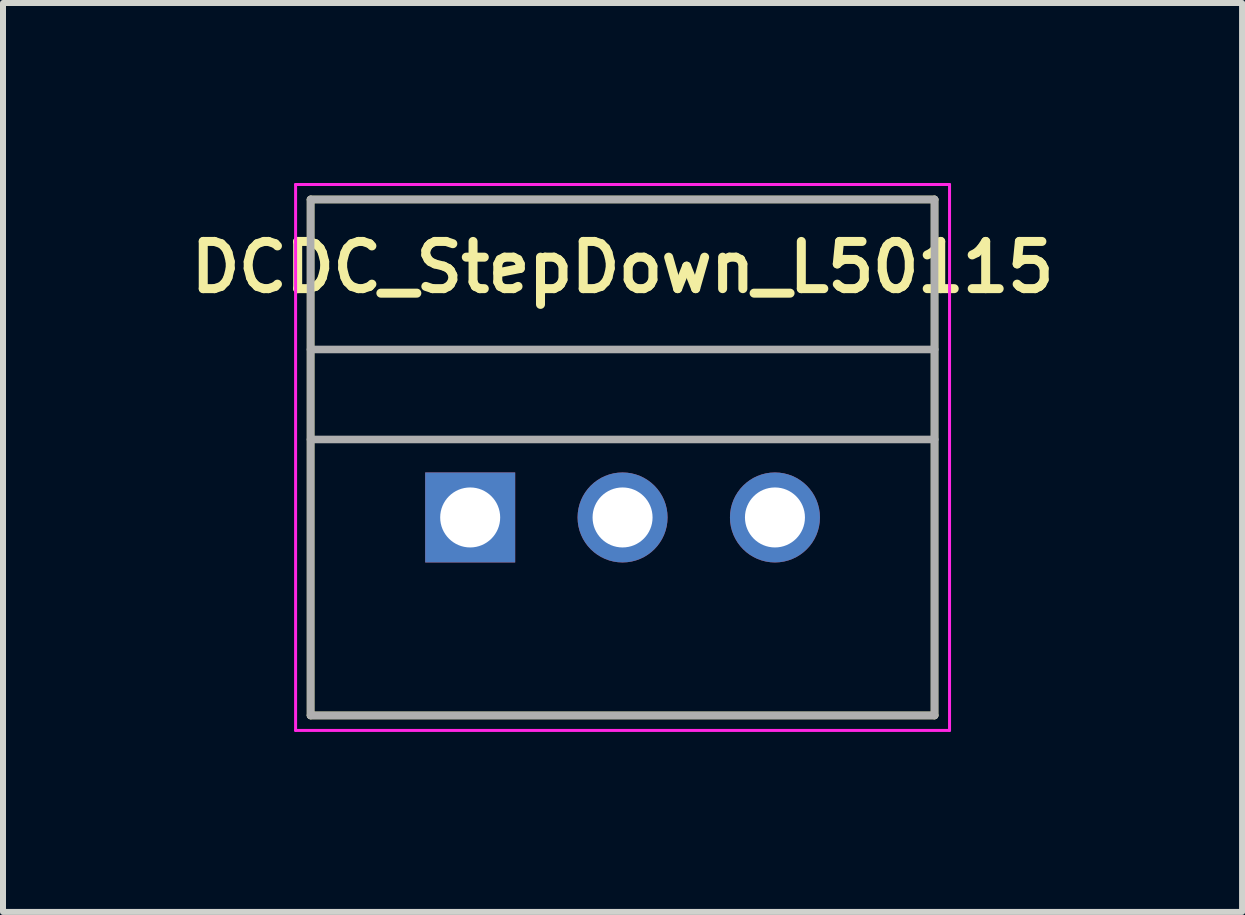
<source format=kicad_pcb>
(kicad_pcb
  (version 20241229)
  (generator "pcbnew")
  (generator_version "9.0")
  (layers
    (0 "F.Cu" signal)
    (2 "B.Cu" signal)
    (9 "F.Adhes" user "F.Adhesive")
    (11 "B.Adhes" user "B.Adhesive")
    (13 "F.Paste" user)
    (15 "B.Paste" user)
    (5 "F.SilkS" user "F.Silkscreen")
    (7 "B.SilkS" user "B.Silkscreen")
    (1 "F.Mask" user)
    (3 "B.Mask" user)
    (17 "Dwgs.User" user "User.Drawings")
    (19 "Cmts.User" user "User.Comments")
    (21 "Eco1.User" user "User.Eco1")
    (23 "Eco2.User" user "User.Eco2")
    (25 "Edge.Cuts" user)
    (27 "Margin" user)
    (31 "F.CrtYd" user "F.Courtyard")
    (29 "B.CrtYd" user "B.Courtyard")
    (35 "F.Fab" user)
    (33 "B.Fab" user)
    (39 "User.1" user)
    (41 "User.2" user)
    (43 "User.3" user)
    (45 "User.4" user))
  (footprint "DCDC_StepDown_L50115"
    (layer "F.Cu")
    (at 7.327 5.575)
    (property "Reference" "DCDC_StepDown_L50115" (at 0 -4.17 0) (layer "F.SilkS") (effects (font (size 0.787 0.787) (thickness 0.15))))
    (attr through_hole)
    (fp_line (start -5.2 -5.3) (end -5.2 3.3) (stroke (width 0.127) (type solid)) (layer "F.SilkS"))
    (fp_line (start -5.2 3.3) (end 5.2 3.3) (stroke (width 0.127) (type solid)) (layer "F.SilkS"))
    (fp_line (start 5.2 -5.3) (end -5.2 -5.3) (stroke (width 0.127) (type solid)) (layer "F.SilkS"))
    (fp_line (start 5.2 3.3) (end 5.2 -5.3) (stroke (width 0.127) (type solid)) (layer "F.SilkS"))
    (fp_line (start -5.45 -5.55) (end 5.45 -5.55) (stroke (width 0.05) (type solid)) (layer "F.CrtYd"))
    (fp_line (start -5.45 3.55) (end -5.45 -5.55) (stroke (width 0.05) (type solid)) (layer "F.CrtYd"))
    (fp_line (start 5.45 -5.55) (end 5.45 3.55) (stroke (width 0.05) (type solid)) (layer "F.CrtYd"))
    (fp_line (start 5.45 3.55) (end -5.45 3.55) (stroke (width 0.05) (type solid)) (layer "F.CrtYd"))
    (fp_line (start -5.2 -5.3) (end -5.2 -2.8) (stroke (width 0.127) (type solid)) (layer "F.Fab"))
    (fp_line (start -5.2 -2.8) (end -5.2 -1.3) (stroke (width 0.127) (type solid)) (layer "F.Fab"))
    (fp_line (start -5.2 -2.8) (end 5.2 -2.8) (stroke (width 0.127) (type solid)) (layer "F.Fab"))
    (fp_line (start -5.2 -1.3) (end -5.2 3.3) (stroke (width 0.127) (type solid)) (layer "F.Fab"))
    (fp_line (start -5.2 -1.3) (end 5.2 -1.3) (stroke (width 0.127) (type solid)) (layer "F.Fab"))
    (fp_line (start -5.2 3.3) (end 5.2 3.3) (stroke (width 0.127) (type solid)) (layer "F.Fab"))
    (fp_line (start 5.2 -5.3) (end -5.2 -5.3) (stroke (width 0.127) (type solid)) (layer "F.Fab"))
    (fp_line (start 5.2 -2.8) (end 5.2 -5.3) (stroke (width 0.127) (type solid)) (layer "F.Fab"))
    (fp_line (start 5.2 -1.3) (end 5.2 -2.8) (stroke (width 0.127) (type solid)) (layer "F.Fab"))
    (fp_line (start 5.2 3.3) (end 5.2 -1.3) (stroke (width 0.127) (type solid)) (layer "F.Fab"))
    (pad "1" thru_hole rect (at -2.54 0) (size 1.5 1.5) (drill 1) (layers "*.Cu" "*.Mask"))
    (pad "2" thru_hole circle (at 0 0) (size 1.5 1.5) (drill 1) (layers "*.Cu" "*.Mask"))
    (pad "3" thru_hole circle (at 2.54 0) (size 1.5 1.5) (drill 1) (layers "*.Cu" "*.Mask")))
  (gr_rect
    (start -3 -3)
    (end 17.653 12.15)
    (stroke (width 0.1) (type default))
    (fill no)
    (layer "Edge.Cuts")))
</source>
